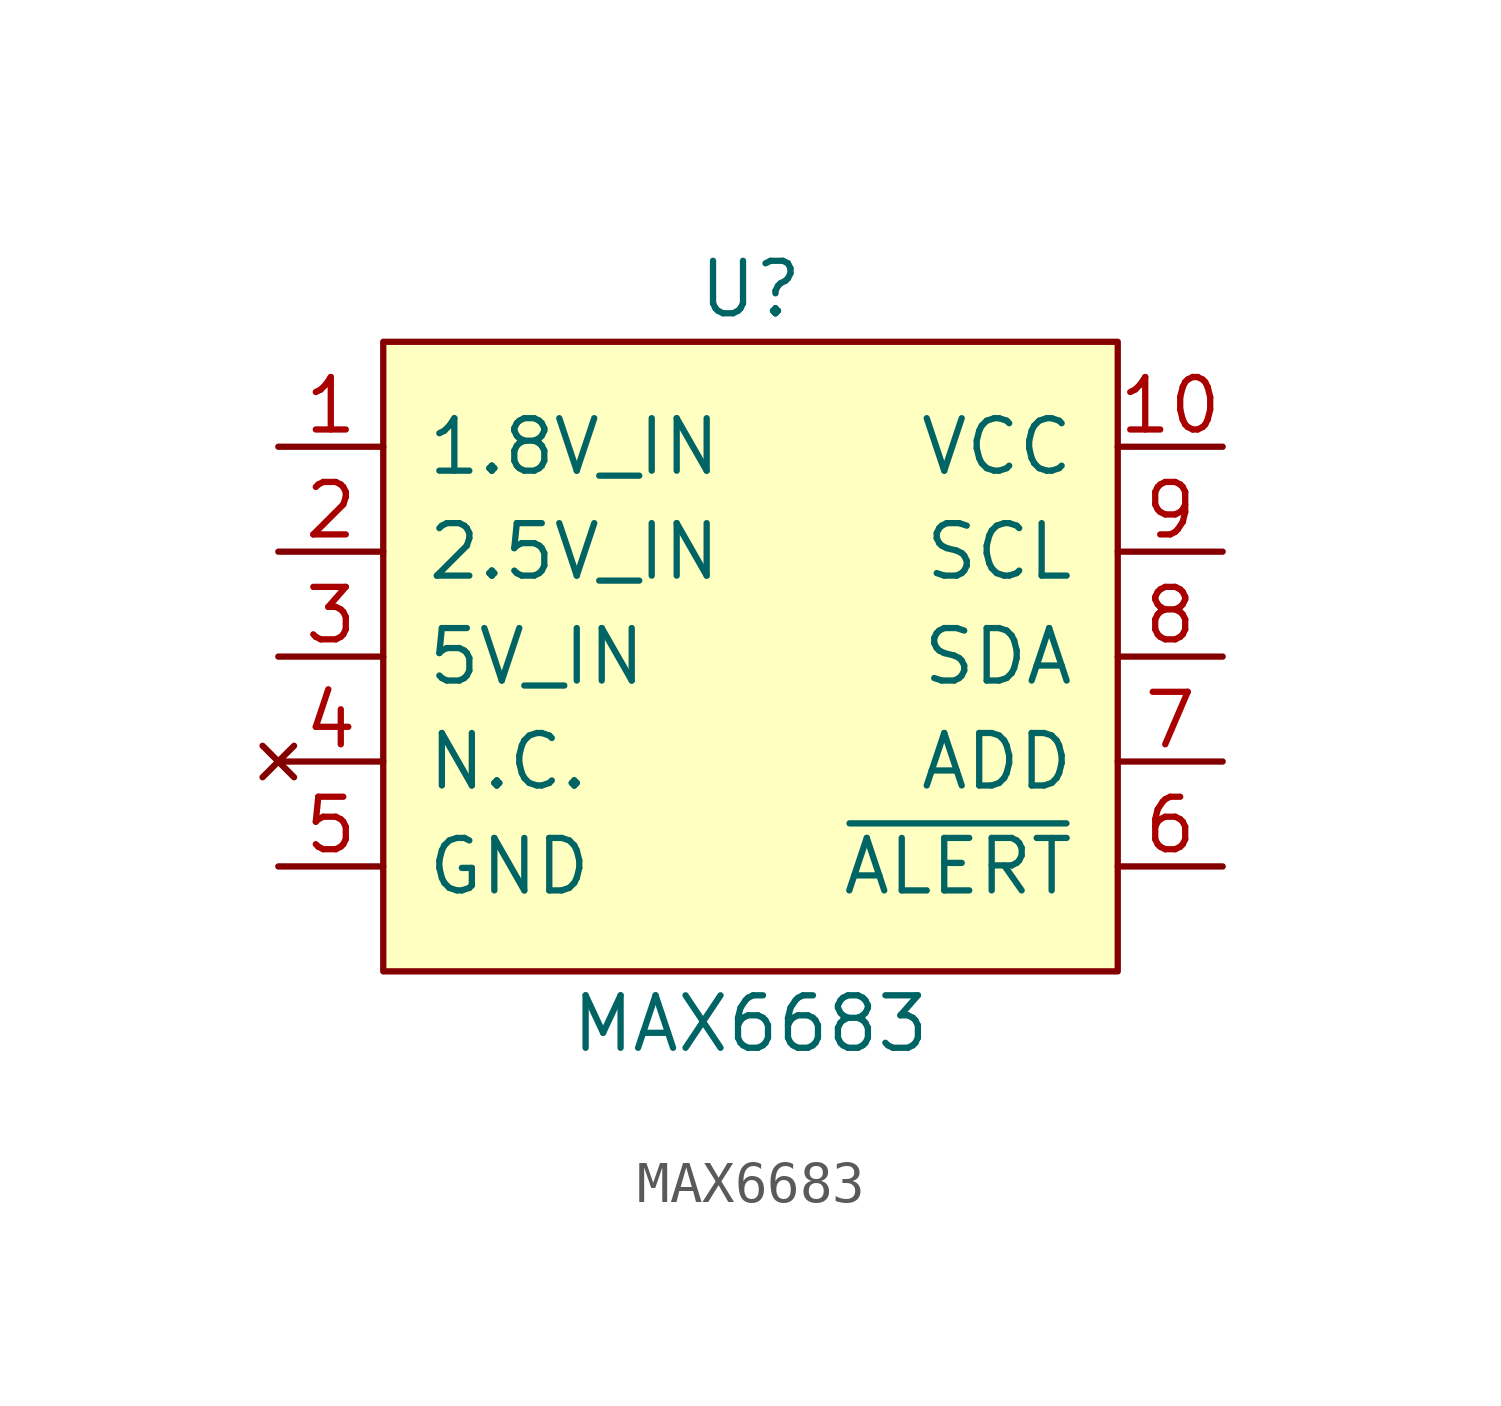
<source format=kicad_sym>
(kicad_symbol_lib
  (version 20211014)
  (generator kicad_symbol_editor)
  (symbol "MAX6683"
    (pin_names
      (offset 1.016))
    (property "Reference" "U"
      (at 0 8.89 0)
      (effects (font (size 1.27 1.27))))
    (property "Value" "MAX6683"
      (at 0 -8.89 0)
      (effects (font (size 1.27 1.27))))
    (symbol "MAX6683_0_1"
      (rectangle (start -8.89 7.62) (end 8.89 -7.62) (stroke (width 0) (type default) (color 0 0 0 0)) (fill (type background))))
    (symbol "MAX6683_1_1"
      (pin input line (at -11.43 5.08 0) (length 2.54) (name "1.8V_IN" (effects (font (size 1.27 1.27)))) (number "1" (effects (font (size 1.27 1.27)))))
      (pin power_in line (at 11.43 5.08 180) (length 2.54) (name "VCC" (effects (font (size 1.27 1.27)))) (number "10" (effects (font (size 1.27 1.27)))))
      (pin input line (at -11.43 2.54 0) (length 2.54) (name "2.5V_IN" (effects (font (size 1.27 1.27)))) (number "2" (effects (font (size 1.27 1.27)))))
      (pin input line (at -11.43 0 0) (length 2.54) (name "5V_IN" (effects (font (size 1.27 1.27)))) (number "3" (effects (font (size 1.27 1.27)))))
      (pin no_connect line (at -11.43 -2.54 0) (length 2.54) (name "N.C." (effects (font (size 1.27 1.27)))) (number "4" (effects (font (size 1.27 1.27)))))
      (pin power_in line (at -11.43 -5.08 0) (length 2.54) (name "GND" (effects (font (size 1.27 1.27)))) (number "5" (effects (font (size 1.27 1.27)))))
      (pin open_collector line (at 11.43 -5.08 180) (length 2.54) (name "~{ALERT}" (effects (font (size 1.27 1.27)))) (number "6" (effects (font (size 1.27 1.27)))))
      (pin input line (at 11.43 -2.54 180) (length 2.54) (name "ADD" (effects (font (size 1.27 1.27)))) (number "7" (effects (font (size 1.27 1.27)))))
      (pin bidirectional line (at 11.43 0 180) (length 2.54) (name "SDA" (effects (font (size 1.27 1.27)))) (number "8" (effects (font (size 1.27 1.27)))))
      (pin bidirectional line (at 11.43 2.54 180) (length 2.54) (name "SCL" (effects (font (size 1.27 1.27)))) (number "9" (effects (font (size 1.27 1.27))))))))
</source>
